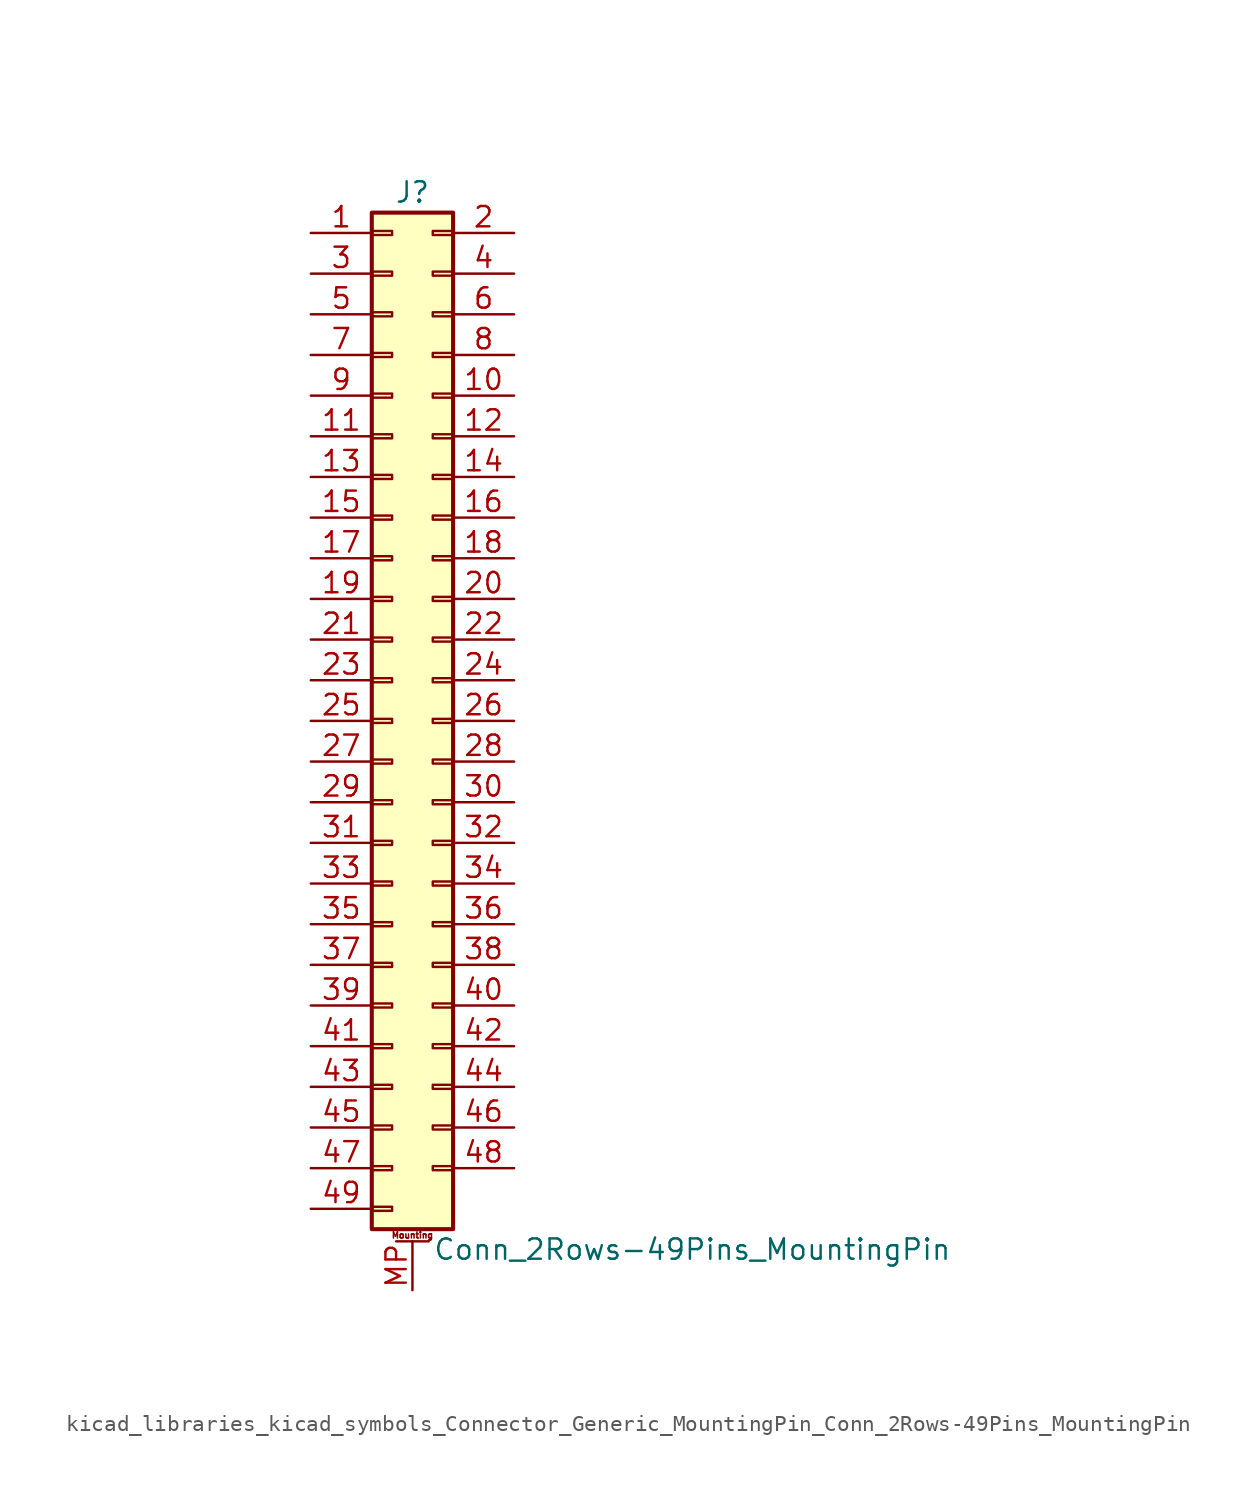
<source format=kicad_sym>
(kicad_symbol_lib
  (version 20220914)
  (generator kicad_symbol_editor)
  (symbol "kicad_libraries_kicad_symbols_Connector_Generic_MountingPin_Conn_2Rows-49Pins_MountingPin"
    (pin_names
      (offset 1.016) hide)
    (property "Reference" "J"
      (at 1.27 33.02 0)
      (effects (font (size 1.27 1.27))))
    (property "Value" "Conn_2Rows-49Pins_MountingPin"
      (at 2.54 -33.02 0)
      (effects (font (size 1.27 1.27)) (justify left)))
    (symbol "kicad_libraries_kicad_symbols_Connector_Generic_MountingPin_Conn_2Rows-49Pins_MountingPin_1_1"
      (rectangle (start -1.27 -30.353) (end 0 -30.607) (stroke (width 0.152) (type default)) (fill (type none)))
      (rectangle (start -1.27 -27.813) (end 0 -28.067) (stroke (width 0.152) (type default)) (fill (type none)))
      (rectangle (start -1.27 -25.273) (end 0 -25.527) (stroke (width 0.152) (type default)) (fill (type none)))
      (rectangle (start -1.27 -22.733) (end 0 -22.987) (stroke (width 0.152) (type default)) (fill (type none)))
      (rectangle (start -1.27 -20.193) (end 0 -20.447) (stroke (width 0.152) (type default)) (fill (type none)))
      (rectangle (start -1.27 -17.653) (end 0 -17.907) (stroke (width 0.152) (type default)) (fill (type none)))
      (rectangle (start -1.27 -15.113) (end 0 -15.367) (stroke (width 0.152) (type default)) (fill (type none)))
      (rectangle (start -1.27 -12.573) (end 0 -12.827) (stroke (width 0.152) (type default)) (fill (type none)))
      (rectangle (start -1.27 -10.033) (end 0 -10.287) (stroke (width 0.152) (type default)) (fill (type none)))
      (rectangle (start -1.27 -7.493) (end 0 -7.747) (stroke (width 0.152) (type default)) (fill (type none)))
      (rectangle (start -1.27 -4.953) (end 0 -5.207) (stroke (width 0.152) (type default)) (fill (type none)))
      (rectangle (start -1.27 -2.413) (end 0 -2.667) (stroke (width 0.152) (type default)) (fill (type none)))
      (rectangle (start -1.27 0.127) (end 0 -0.127) (stroke (width 0.152) (type default)) (fill (type none)))
      (rectangle (start -1.27 2.667) (end 0 2.413) (stroke (width 0.152) (type default)) (fill (type none)))
      (rectangle (start -1.27 5.207) (end 0 4.953) (stroke (width 0.152) (type default)) (fill (type none)))
      (rectangle (start -1.27 7.747) (end 0 7.493) (stroke (width 0.152) (type default)) (fill (type none)))
      (rectangle (start -1.27 10.287) (end 0 10.033) (stroke (width 0.152) (type default)) (fill (type none)))
      (rectangle (start -1.27 12.827) (end 0 12.573) (stroke (width 0.152) (type default)) (fill (type none)))
      (rectangle (start -1.27 15.367) (end 0 15.113) (stroke (width 0.152) (type default)) (fill (type none)))
      (rectangle (start -1.27 17.907) (end 0 17.653) (stroke (width 0.152) (type default)) (fill (type none)))
      (rectangle (start -1.27 20.447) (end 0 20.193) (stroke (width 0.152) (type default)) (fill (type none)))
      (rectangle (start -1.27 22.987) (end 0 22.733) (stroke (width 0.152) (type default)) (fill (type none)))
      (rectangle (start -1.27 25.527) (end 0 25.273) (stroke (width 0.152) (type default)) (fill (type none)))
      (rectangle (start -1.27 28.067) (end 0 27.813) (stroke (width 0.152) (type default)) (fill (type none)))
      (rectangle (start -1.27 30.607) (end 0 30.353) (stroke (width 0.152) (type default)) (fill (type none)))
      (rectangle (start -1.27 31.75) (end 3.81 -31.75) (stroke (width 0.254) (type default)) (fill (type background)))
      (polyline (pts (xy 0.254 -32.512) (xy 2.286 -32.512)) (stroke (width 0.152) (type default)) (fill (type none)))
      (rectangle (start 3.81 -27.813) (end 2.54 -28.067) (stroke (width 0.152) (type default)) (fill (type none)))
      (rectangle (start 3.81 -25.273) (end 2.54 -25.527) (stroke (width 0.152) (type default)) (fill (type none)))
      (rectangle (start 3.81 -22.733) (end 2.54 -22.987) (stroke (width 0.152) (type default)) (fill (type none)))
      (rectangle (start 3.81 -20.193) (end 2.54 -20.447) (stroke (width 0.152) (type default)) (fill (type none)))
      (rectangle (start 3.81 -17.653) (end 2.54 -17.907) (stroke (width 0.152) (type default)) (fill (type none)))
      (rectangle (start 3.81 -15.113) (end 2.54 -15.367) (stroke (width 0.152) (type default)) (fill (type none)))
      (rectangle (start 3.81 -12.573) (end 2.54 -12.827) (stroke (width 0.152) (type default)) (fill (type none)))
      (rectangle (start 3.81 -10.033) (end 2.54 -10.287) (stroke (width 0.152) (type default)) (fill (type none)))
      (rectangle (start 3.81 -7.493) (end 2.54 -7.747) (stroke (width 0.152) (type default)) (fill (type none)))
      (rectangle (start 3.81 -4.953) (end 2.54 -5.207) (stroke (width 0.152) (type default)) (fill (type none)))
      (rectangle (start 3.81 -2.413) (end 2.54 -2.667) (stroke (width 0.152) (type default)) (fill (type none)))
      (rectangle (start 3.81 0.127) (end 2.54 -0.127) (stroke (width 0.152) (type default)) (fill (type none)))
      (rectangle (start 3.81 2.667) (end 2.54 2.413) (stroke (width 0.152) (type default)) (fill (type none)))
      (rectangle (start 3.81 5.207) (end 2.54 4.953) (stroke (width 0.152) (type default)) (fill (type none)))
      (rectangle (start 3.81 7.747) (end 2.54 7.493) (stroke (width 0.152) (type default)) (fill (type none)))
      (rectangle (start 3.81 10.287) (end 2.54 10.033) (stroke (width 0.152) (type default)) (fill (type none)))
      (rectangle (start 3.81 12.827) (end 2.54 12.573) (stroke (width 0.152) (type default)) (fill (type none)))
      (rectangle (start 3.81 15.367) (end 2.54 15.113) (stroke (width 0.152) (type default)) (fill (type none)))
      (rectangle (start 3.81 17.907) (end 2.54 17.653) (stroke (width 0.152) (type default)) (fill (type none)))
      (rectangle (start 3.81 20.447) (end 2.54 20.193) (stroke (width 0.152) (type default)) (fill (type none)))
      (rectangle (start 3.81 22.987) (end 2.54 22.733) (stroke (width 0.152) (type default)) (fill (type none)))
      (rectangle (start 3.81 25.527) (end 2.54 25.273) (stroke (width 0.152) (type default)) (fill (type none)))
      (rectangle (start 3.81 28.067) (end 2.54 27.813) (stroke (width 0.152) (type default)) (fill (type none)))
      (rectangle (start 3.81 30.607) (end 2.54 30.353) (stroke (width 0.152) (type default)) (fill (type none)))
      (text "Mounting" (at 1.27 -32.131 0) (effects (font (size 0.381 0.381))))
      (pin passive line (at -5.08 30.48 0) (length 3.81) (name "Pin_1" (effects (font (size 1.27 1.27)))) (number "1" (effects (font (size 1.27 1.27)))))
      (pin passive line (at 7.62 20.32 180) (length 3.81) (name "Pin_10" (effects (font (size 1.27 1.27)))) (number "10" (effects (font (size 1.27 1.27)))))
      (pin passive line (at -5.08 17.78 0) (length 3.81) (name "Pin_11" (effects (font (size 1.27 1.27)))) (number "11" (effects (font (size 1.27 1.27)))))
      (pin passive line (at 7.62 17.78 180) (length 3.81) (name "Pin_12" (effects (font (size 1.27 1.27)))) (number "12" (effects (font (size 1.27 1.27)))))
      (pin passive line (at -5.08 15.24 0) (length 3.81) (name "Pin_13" (effects (font (size 1.27 1.27)))) (number "13" (effects (font (size 1.27 1.27)))))
      (pin passive line (at 7.62 15.24 180) (length 3.81) (name "Pin_14" (effects (font (size 1.27 1.27)))) (number "14" (effects (font (size 1.27 1.27)))))
      (pin passive line (at -5.08 12.7 0) (length 3.81) (name "Pin_15" (effects (font (size 1.27 1.27)))) (number "15" (effects (font (size 1.27 1.27)))))
      (pin passive line (at 7.62 12.7 180) (length 3.81) (name "Pin_16" (effects (font (size 1.27 1.27)))) (number "16" (effects (font (size 1.27 1.27)))))
      (pin passive line (at -5.08 10.16 0) (length 3.81) (name "Pin_17" (effects (font (size 1.27 1.27)))) (number "17" (effects (font (size 1.27 1.27)))))
      (pin passive line (at 7.62 10.16 180) (length 3.81) (name "Pin_18" (effects (font (size 1.27 1.27)))) (number "18" (effects (font (size 1.27 1.27)))))
      (pin passive line (at -5.08 7.62 0) (length 3.81) (name "Pin_19" (effects (font (size 1.27 1.27)))) (number "19" (effects (font (size 1.27 1.27)))))
      (pin passive line (at 7.62 30.48 180) (length 3.81) (name "Pin_2" (effects (font (size 1.27 1.27)))) (number "2" (effects (font (size 1.27 1.27)))))
      (pin passive line (at 7.62 7.62 180) (length 3.81) (name "Pin_20" (effects (font (size 1.27 1.27)))) (number "20" (effects (font (size 1.27 1.27)))))
      (pin passive line (at -5.08 5.08 0) (length 3.81) (name "Pin_21" (effects (font (size 1.27 1.27)))) (number "21" (effects (font (size 1.27 1.27)))))
      (pin passive line (at 7.62 5.08 180) (length 3.81) (name "Pin_22" (effects (font (size 1.27 1.27)))) (number "22" (effects (font (size 1.27 1.27)))))
      (pin passive line (at -5.08 2.54 0) (length 3.81) (name "Pin_23" (effects (font (size 1.27 1.27)))) (number "23" (effects (font (size 1.27 1.27)))))
      (pin passive line (at 7.62 2.54 180) (length 3.81) (name "Pin_24" (effects (font (size 1.27 1.27)))) (number "24" (effects (font (size 1.27 1.27)))))
      (pin passive line (at -5.08 0 0) (length 3.81) (name "Pin_25" (effects (font (size 1.27 1.27)))) (number "25" (effects (font (size 1.27 1.27)))))
      (pin passive line (at 7.62 0 180) (length 3.81) (name "Pin_26" (effects (font (size 1.27 1.27)))) (number "26" (effects (font (size 1.27 1.27)))))
      (pin passive line (at -5.08 -2.54 0) (length 3.81) (name "Pin_27" (effects (font (size 1.27 1.27)))) (number "27" (effects (font (size 1.27 1.27)))))
      (pin passive line (at 7.62 -2.54 180) (length 3.81) (name "Pin_28" (effects (font (size 1.27 1.27)))) (number "28" (effects (font (size 1.27 1.27)))))
      (pin passive line (at -5.08 -5.08 0) (length 3.81) (name "Pin_29" (effects (font (size 1.27 1.27)))) (number "29" (effects (font (size 1.27 1.27)))))
      (pin passive line (at -5.08 27.94 0) (length 3.81) (name "Pin_3" (effects (font (size 1.27 1.27)))) (number "3" (effects (font (size 1.27 1.27)))))
      (pin passive line (at 7.62 -5.08 180) (length 3.81) (name "Pin_30" (effects (font (size 1.27 1.27)))) (number "30" (effects (font (size 1.27 1.27)))))
      (pin passive line (at -5.08 -7.62 0) (length 3.81) (name "Pin_31" (effects (font (size 1.27 1.27)))) (number "31" (effects (font (size 1.27 1.27)))))
      (pin passive line (at 7.62 -7.62 180) (length 3.81) (name "Pin_32" (effects (font (size 1.27 1.27)))) (number "32" (effects (font (size 1.27 1.27)))))
      (pin passive line (at -5.08 -10.16 0) (length 3.81) (name "Pin_33" (effects (font (size 1.27 1.27)))) (number "33" (effects (font (size 1.27 1.27)))))
      (pin passive line (at 7.62 -10.16 180) (length 3.81) (name "Pin_34" (effects (font (size 1.27 1.27)))) (number "34" (effects (font (size 1.27 1.27)))))
      (pin passive line (at -5.08 -12.7 0) (length 3.81) (name "Pin_35" (effects (font (size 1.27 1.27)))) (number "35" (effects (font (size 1.27 1.27)))))
      (pin passive line (at 7.62 -12.7 180) (length 3.81) (name "Pin_36" (effects (font (size 1.27 1.27)))) (number "36" (effects (font (size 1.27 1.27)))))
      (pin passive line (at -5.08 -15.24 0) (length 3.81) (name "Pin_37" (effects (font (size 1.27 1.27)))) (number "37" (effects (font (size 1.27 1.27)))))
      (pin passive line (at 7.62 -15.24 180) (length 3.81) (name "Pin_38" (effects (font (size 1.27 1.27)))) (number "38" (effects (font (size 1.27 1.27)))))
      (pin passive line (at -5.08 -17.78 0) (length 3.81) (name "Pin_39" (effects (font (size 1.27 1.27)))) (number "39" (effects (font (size 1.27 1.27)))))
      (pin passive line (at 7.62 27.94 180) (length 3.81) (name "Pin_4" (effects (font (size 1.27 1.27)))) (number "4" (effects (font (size 1.27 1.27)))))
      (pin passive line (at 7.62 -17.78 180) (length 3.81) (name "Pin_40" (effects (font (size 1.27 1.27)))) (number "40" (effects (font (size 1.27 1.27)))))
      (pin passive line (at -5.08 -20.32 0) (length 3.81) (name "Pin_41" (effects (font (size 1.27 1.27)))) (number "41" (effects (font (size 1.27 1.27)))))
      (pin passive line (at 7.62 -20.32 180) (length 3.81) (name "Pin_42" (effects (font (size 1.27 1.27)))) (number "42" (effects (font (size 1.27 1.27)))))
      (pin passive line (at -5.08 -22.86 0) (length 3.81) (name "Pin_43" (effects (font (size 1.27 1.27)))) (number "43" (effects (font (size 1.27 1.27)))))
      (pin passive line (at 7.62 -22.86 180) (length 3.81) (name "Pin_44" (effects (font (size 1.27 1.27)))) (number "44" (effects (font (size 1.27 1.27)))))
      (pin passive line (at -5.08 -25.4 0) (length 3.81) (name "Pin_45" (effects (font (size 1.27 1.27)))) (number "45" (effects (font (size 1.27 1.27)))))
      (pin passive line (at 7.62 -25.4 180) (length 3.81) (name "Pin_46" (effects (font (size 1.27 1.27)))) (number "46" (effects (font (size 1.27 1.27)))))
      (pin passive line (at -5.08 -27.94 0) (length 3.81) (name "Pin_47" (effects (font (size 1.27 1.27)))) (number "47" (effects (font (size 1.27 1.27)))))
      (pin passive line (at 7.62 -27.94 180) (length 3.81) (name "Pin_48" (effects (font (size 1.27 1.27)))) (number "48" (effects (font (size 1.27 1.27)))))
      (pin passive line (at -5.08 -30.48 0) (length 3.81) (name "Pin_49" (effects (font (size 1.27 1.27)))) (number "49" (effects (font (size 1.27 1.27)))))
      (pin passive line (at -5.08 25.4 0) (length 3.81) (name "Pin_5" (effects (font (size 1.27 1.27)))) (number "5" (effects (font (size 1.27 1.27)))))
      (pin passive line (at 7.62 25.4 180) (length 3.81) (name "Pin_6" (effects (font (size 1.27 1.27)))) (number "6" (effects (font (size 1.27 1.27)))))
      (pin passive line (at -5.08 22.86 0) (length 3.81) (name "Pin_7" (effects (font (size 1.27 1.27)))) (number "7" (effects (font (size 1.27 1.27)))))
      (pin passive line (at 7.62 22.86 180) (length 3.81) (name "Pin_8" (effects (font (size 1.27 1.27)))) (number "8" (effects (font (size 1.27 1.27)))))
      (pin passive line (at -5.08 20.32 0) (length 3.81) (name "Pin_9" (effects (font (size 1.27 1.27)))) (number "9" (effects (font (size 1.27 1.27)))))
      (pin passive line (at 1.27 -35.56 90) (length 3.048) (name "MountPin" (effects (font (size 1.27 1.27)))) (number "MP" (effects (font (size 1.27 1.27))))))))
</source>
